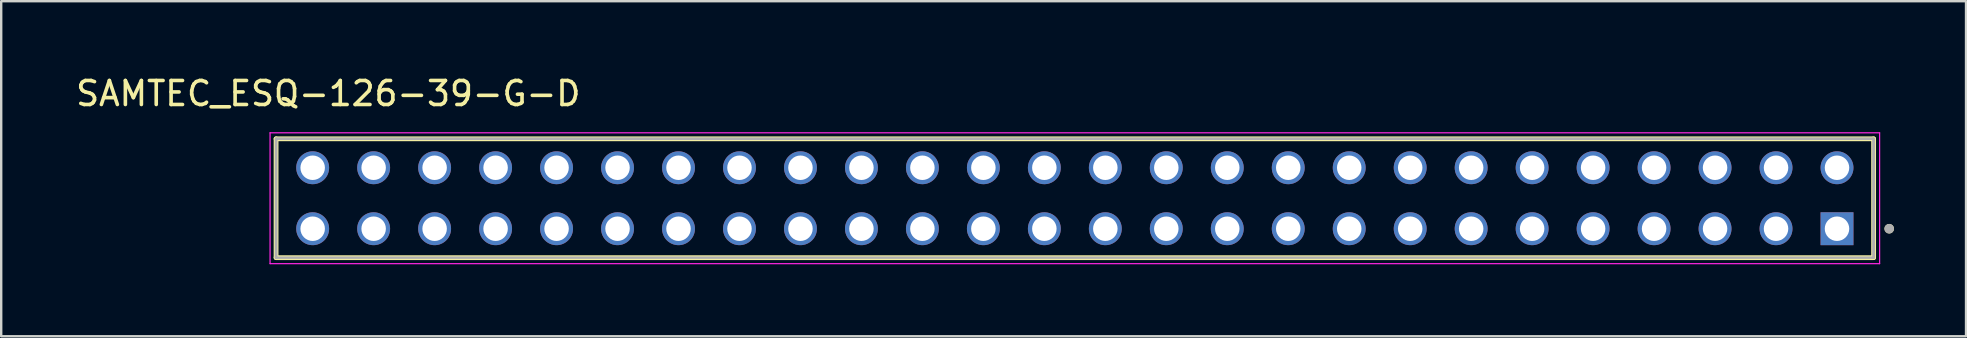
<source format=kicad_pcb>
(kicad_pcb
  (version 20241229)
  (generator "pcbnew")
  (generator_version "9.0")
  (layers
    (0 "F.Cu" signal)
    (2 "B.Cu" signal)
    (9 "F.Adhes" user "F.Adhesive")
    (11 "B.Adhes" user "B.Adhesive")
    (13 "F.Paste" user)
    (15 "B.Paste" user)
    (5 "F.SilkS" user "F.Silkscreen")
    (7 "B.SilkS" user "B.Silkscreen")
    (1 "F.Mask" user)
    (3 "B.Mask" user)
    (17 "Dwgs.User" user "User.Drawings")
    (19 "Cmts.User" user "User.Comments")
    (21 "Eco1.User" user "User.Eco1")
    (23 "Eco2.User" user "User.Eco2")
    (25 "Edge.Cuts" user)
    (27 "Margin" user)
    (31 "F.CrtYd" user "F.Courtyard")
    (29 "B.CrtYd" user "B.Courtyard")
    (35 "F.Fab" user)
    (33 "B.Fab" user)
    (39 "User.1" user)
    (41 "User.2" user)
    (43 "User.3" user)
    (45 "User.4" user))
  (footprint "SAMTEC_ESQ-126-39-G-D"
    (layer "F.Cu")
    (at 73.475 6.478)
    (property "Reference" "SAMTEC_ESQ-126-39-G-D" (at -62.85 -5.63 0) (layer "F.SilkS") (effects (font (size 1 1) (thickness 0.15))))
    (attr through_hole)
    (fp_line (start -65.025 1.205) (end -65.025 -3.745) (stroke (width 0.2) (type solid)) (layer "F.SilkS"))
    (fp_line (start 1.525 -3.745) (end -65.025 -3.745) (stroke (width 0.2) (type solid)) (layer "F.SilkS"))
    (fp_line (start 1.525 -3.745) (end 1.525 1.205) (stroke (width 0.2) (type solid)) (layer "F.SilkS"))
    (fp_line (start 1.525 1.205) (end -65.025 1.205) (stroke (width 0.2) (type solid)) (layer "F.SilkS"))
    (fp_circle (center 2.175 0) (end 2.275 0) (stroke (width 0.2) (type solid)) (fill no) (layer "F.SilkS"))
    (fp_line (start -65.275 -3.995) (end 1.775 -3.995) (stroke (width 0.05) (type solid)) (layer "F.CrtYd"))
    (fp_line (start -65.275 1.455) (end -65.275 -3.995) (stroke (width 0.05) (type solid)) (layer "F.CrtYd"))
    (fp_line (start 1.775 -3.995) (end 1.775 1.455) (stroke (width 0.05) (type solid)) (layer "F.CrtYd"))
    (fp_line (start 1.775 1.455) (end -65.275 1.455) (stroke (width 0.05) (type solid)) (layer "F.CrtYd"))
    (fp_line (start -65.025 -3.745) (end 1.525 -3.745) (stroke (width 0.1) (type solid)) (layer "F.Fab"))
    (fp_line (start -65.025 -3.745) (end 1.525 -3.745) (stroke (width 0.1) (type solid)) (layer "F.Fab"))
    (fp_line (start -65.025 1.205) (end -65.025 -3.745) (stroke (width 0.1) (type solid)) (layer "F.Fab"))
    (fp_line (start -65.025 1.205) (end -65.025 -3.745) (stroke (width 0.1) (type solid)) (layer "F.Fab"))
    (fp_line (start 1.525 -3.745) (end 1.525 1.205) (stroke (width 0.1) (type solid)) (layer "F.Fab"))
    (fp_line (start 1.525 -3.745) (end 1.525 1.205) (stroke (width 0.1) (type solid)) (layer "F.Fab"))
    (fp_line (start 1.525 1.205) (end -65.025 1.205) (stroke (width 0.1) (type solid)) (layer "F.Fab"))
    (fp_circle (center 2.175 0) (end 2.275 0) (stroke (width 0.2) (type solid)) (fill no) (layer "F.Fab"))
    (pad "01" thru_hole rect (at 0 0) (size 1.37 1.37) (drill 1.02) (layers "*.Cu" "*.Mask"))
    (pad "02" thru_hole circle (at 0 -2.54) (size 1.37 1.37) (drill 1.02) (layers "*.Cu" "*.Mask"))
    (pad "03" thru_hole circle (at -2.54 0) (size 1.37 1.37) (drill 1.02) (layers "*.Cu" "*.Mask"))
    (pad "04" thru_hole circle (at -2.54 -2.54) (size 1.37 1.37) (drill 1.02) (layers "*.Cu" "*.Mask"))
    (pad "05" thru_hole circle (at -5.08 0) (size 1.37 1.37) (drill 1.02) (layers "*.Cu" "*.Mask"))
    (pad "06" thru_hole circle (at -5.08 -2.54) (size 1.37 1.37) (drill 1.02) (layers "*.Cu" "*.Mask"))
    (pad "07" thru_hole circle (at -7.62 0) (size 1.37 1.37) (drill 1.02) (layers "*.Cu" "*.Mask"))
    (pad "08" thru_hole circle (at -7.62 -2.54) (size 1.37 1.37) (drill 1.02) (layers "*.Cu" "*.Mask"))
    (pad "09" thru_hole circle (at -10.16 0) (size 1.37 1.37) (drill 1.02) (layers "*.Cu" "*.Mask"))
    (pad "10" thru_hole circle (at -10.16 -2.54) (size 1.37 1.37) (drill 1.02) (layers "*.Cu" "*.Mask"))
    (pad "11" thru_hole circle (at -12.7 0) (size 1.37 1.37) (drill 1.02) (layers "*.Cu" "*.Mask"))
    (pad "12" thru_hole circle (at -12.7 -2.54) (size 1.37 1.37) (drill 1.02) (layers "*.Cu" "*.Mask"))
    (pad "13" thru_hole circle (at -15.24 0) (size 1.37 1.37) (drill 1.02) (layers "*.Cu" "*.Mask"))
    (pad "14" thru_hole circle (at -15.24 -2.54) (size 1.37 1.37) (drill 1.02) (layers "*.Cu" "*.Mask"))
    (pad "15" thru_hole circle (at -17.78 0) (size 1.37 1.37) (drill 1.02) (layers "*.Cu" "*.Mask"))
    (pad "16" thru_hole circle (at -17.78 -2.54) (size 1.37 1.37) (drill 1.02) (layers "*.Cu" "*.Mask"))
    (pad "17" thru_hole circle (at -20.32 0) (size 1.37 1.37) (drill 1.02) (layers "*.Cu" "*.Mask"))
    (pad "18" thru_hole circle (at -20.32 -2.54) (size 1.37 1.37) (drill 1.02) (layers "*.Cu" "*.Mask"))
    (pad "19" thru_hole circle (at -22.86 0) (size 1.37 1.37) (drill 1.02) (layers "*.Cu" "*.Mask"))
    (pad "20" thru_hole circle (at -22.86 -2.54) (size 1.37 1.37) (drill 1.02) (layers "*.Cu" "*.Mask"))
    (pad "21" thru_hole circle (at -25.4 0) (size 1.37 1.37) (drill 1.02) (layers "*.Cu" "*.Mask"))
    (pad "22" thru_hole circle (at -25.4 -2.54) (size 1.37 1.37) (drill 1.02) (layers "*.Cu" "*.Mask"))
    (pad "23" thru_hole circle (at -27.94 0) (size 1.37 1.37) (drill 1.02) (layers "*.Cu" "*.Mask"))
    (pad "24" thru_hole circle (at -27.94 -2.54) (size 1.37 1.37) (drill 1.02) (layers "*.Cu" "*.Mask"))
    (pad "25" thru_hole circle (at -30.48 0) (size 1.37 1.37) (drill 1.02) (layers "*.Cu" "*.Mask"))
    (pad "26" thru_hole circle (at -30.48 -2.54) (size 1.37 1.37) (drill 1.02) (layers "*.Cu" "*.Mask"))
    (pad "27" thru_hole circle (at -33.02 0) (size 1.37 1.37) (drill 1.02) (layers "*.Cu" "*.Mask"))
    (pad "28" thru_hole circle (at -33.02 -2.54) (size 1.37 1.37) (drill 1.02) (layers "*.Cu" "*.Mask"))
    (pad "29" thru_hole circle (at -35.56 0) (size 1.37 1.37) (drill 1.02) (layers "*.Cu" "*.Mask"))
    (pad "30" thru_hole circle (at -35.56 -2.54) (size 1.37 1.37) (drill 1.02) (layers "*.Cu" "*.Mask"))
    (pad "31" thru_hole circle (at -38.1 0) (size 1.37 1.37) (drill 1.02) (layers "*.Cu" "*.Mask"))
    (pad "32" thru_hole circle (at -38.1 -2.54) (size 1.37 1.37) (drill 1.02) (layers "*.Cu" "*.Mask"))
    (pad "33" thru_hole circle (at -40.64 0) (size 1.37 1.37) (drill 1.02) (layers "*.Cu" "*.Mask"))
    (pad "34" thru_hole circle (at -40.64 -2.54) (size 1.37 1.37) (drill 1.02) (layers "*.Cu" "*.Mask"))
    (pad "35" thru_hole circle (at -43.18 0) (size 1.37 1.37) (drill 1.02) (layers "*.Cu" "*.Mask"))
    (pad "36" thru_hole circle (at -43.18 -2.54) (size 1.37 1.37) (drill 1.02) (layers "*.Cu" "*.Mask"))
    (pad "37" thru_hole circle (at -45.72 0) (size 1.37 1.37) (drill 1.02) (layers "*.Cu" "*.Mask"))
    (pad "38" thru_hole circle (at -45.72 -2.54) (size 1.37 1.37) (drill 1.02) (layers "*.Cu" "*.Mask"))
    (pad "39" thru_hole circle (at -48.26 0) (size 1.37 1.37) (drill 1.02) (layers "*.Cu" "*.Mask"))
    (pad "40" thru_hole circle (at -48.26 -2.54) (size 1.37 1.37) (drill 1.02) (layers "*.Cu" "*.Mask"))
    (pad "41" thru_hole circle (at -50.8 0) (size 1.37 1.37) (drill 1.02) (layers "*.Cu" "*.Mask"))
    (pad "42" thru_hole circle (at -50.8 -2.54) (size 1.37 1.37) (drill 1.02) (layers "*.Cu" "*.Mask"))
    (pad "43" thru_hole circle (at -53.34 0) (size 1.37 1.37) (drill 1.02) (layers "*.Cu" "*.Mask"))
    (pad "44" thru_hole circle (at -53.34 -2.54) (size 1.37 1.37) (drill 1.02) (layers "*.Cu" "*.Mask"))
    (pad "45" thru_hole circle (at -55.88 0) (size 1.37 1.37) (drill 1.02) (layers "*.Cu" "*.Mask"))
    (pad "46" thru_hole circle (at -55.88 -2.54) (size 1.37 1.37) (drill 1.02) (layers "*.Cu" "*.Mask"))
    (pad "47" thru_hole circle (at -58.42 0) (size 1.37 1.37) (drill 1.02) (layers "*.Cu" "*.Mask"))
    (pad "48" thru_hole circle (at -58.42 -2.54) (size 1.37 1.37) (drill 1.02) (layers "*.Cu" "*.Mask"))
    (pad "49" thru_hole circle (at -60.96 0) (size 1.37 1.37) (drill 1.02) (layers "*.Cu" "*.Mask"))
    (pad "50" thru_hole circle (at -60.96 -2.54) (size 1.37 1.37) (drill 1.02) (layers "*.Cu" "*.Mask"))
    (pad "51" thru_hole circle (at -63.5 0) (size 1.37 1.37) (drill 1.02) (layers "*.Cu" "*.Mask"))
    (pad "52" thru_hole circle (at -63.5 -2.54) (size 1.37 1.37) (drill 1.02) (layers "*.Cu" "*.Mask")))
  (gr_rect
    (start -3 -3)
    (end 78.85 10.958)
    (stroke (width 0.1) (type default))
    (fill no)
    (layer "Edge.Cuts")))
</source>
